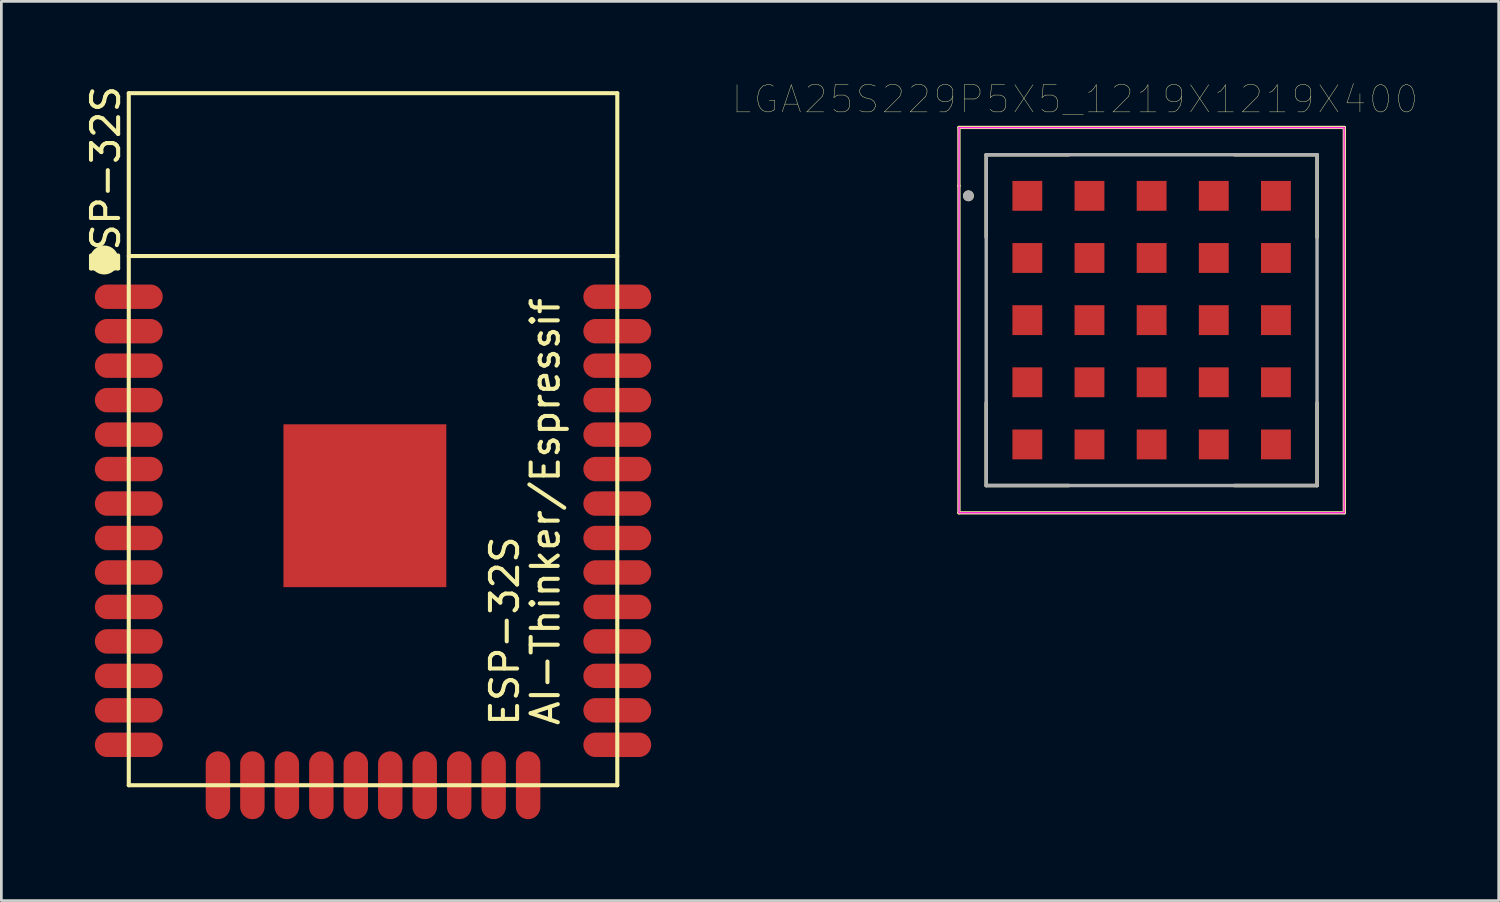
<source format=kicad_pcb>
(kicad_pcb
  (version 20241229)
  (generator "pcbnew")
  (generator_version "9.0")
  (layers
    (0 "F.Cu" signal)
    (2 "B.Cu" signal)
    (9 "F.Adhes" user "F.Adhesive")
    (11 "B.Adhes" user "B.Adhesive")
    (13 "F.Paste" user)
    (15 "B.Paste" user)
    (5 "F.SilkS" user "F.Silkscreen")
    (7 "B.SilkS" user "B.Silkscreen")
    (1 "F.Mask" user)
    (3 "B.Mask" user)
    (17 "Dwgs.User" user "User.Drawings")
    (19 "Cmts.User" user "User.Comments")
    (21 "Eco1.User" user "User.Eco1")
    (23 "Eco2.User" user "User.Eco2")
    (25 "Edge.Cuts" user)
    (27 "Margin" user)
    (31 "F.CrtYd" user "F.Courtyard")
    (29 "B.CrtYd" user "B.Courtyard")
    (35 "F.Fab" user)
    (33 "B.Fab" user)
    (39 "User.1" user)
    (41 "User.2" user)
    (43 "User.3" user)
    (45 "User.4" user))
  (footprint "LGA25S229P5X5_1219X1219X400"
    (layer "F.Cu")
    (at 39.384 8.746)
    (property "Reference" "LGA25S229P5X5_1219X1219X400" (at -2.825 -8.135 0) (layer "F.SilkS") (effects (font (size 1 1) (thickness 0.015))))
    (fp_line (start -7.1 -7.1) (end 7.1 -7.1) (stroke (width 0.12) (type solid)) (layer "F.SilkS"))
    (fp_line (start -7.1 -4.95) (end -7.1 -7.1) (stroke (width 0.12) (type solid)) (layer "F.SilkS"))
    (fp_line (start -7.1 7.1) (end -7.1 -4.95) (stroke (width 0.12) (type solid)) (layer "F.SilkS"))
    (fp_line (start -6.095 -6.095) (end -6.095 -3.05) (stroke (width 0.127) (type solid)) (layer "F.SilkS"))
    (fp_line (start -6.095 -6.095) (end -3.05 -6.095) (stroke (width 0.127) (type solid)) (layer "F.SilkS"))
    (fp_line (start -6.095 3.05) (end -6.095 6.095) (stroke (width 0.127) (type solid)) (layer "F.SilkS"))
    (fp_line (start -3.05 6.095) (end -6.095 6.095) (stroke (width 0.127) (type solid)) (layer "F.SilkS"))
    (fp_line (start 3.05 -6.095) (end 6.095 -6.095) (stroke (width 0.127) (type solid)) (layer "F.SilkS"))
    (fp_line (start 6.095 -3.05) (end 6.095 -6.095) (stroke (width 0.127) (type solid)) (layer "F.SilkS"))
    (fp_line (start 6.095 6.095) (end 3.05 6.095) (stroke (width 0.127) (type solid)) (layer "F.SilkS"))
    (fp_line (start 6.095 6.095) (end 6.095 3.05) (stroke (width 0.127) (type solid)) (layer "F.SilkS"))
    (fp_line (start 7.1 -7.1) (end 7.1 7.1) (stroke (width 0.12) (type solid)) (layer "F.SilkS"))
    (fp_line (start 7.1 7.1) (end -7.1 7.1) (stroke (width 0.12) (type solid)) (layer "F.SilkS"))
    (fp_circle (center -6.75 -4.58) (end -6.65 -4.58) (stroke (width 0.2) (type solid)) (fill no) (layer "F.SilkS"))
    (fp_line (start -7.095 -7.095) (end -7.095 7.095) (stroke (width 0.05) (type solid)) (layer "F.CrtYd"))
    (fp_line (start -7.095 -7.095) (end 7.095 -7.095) (stroke (width 0.05) (type solid)) (layer "F.CrtYd"))
    (fp_line (start 7.095 7.095) (end -7.095 7.095) (stroke (width 0.05) (type solid)) (layer "F.CrtYd"))
    (fp_line (start 7.095 7.095) (end 7.095 -7.095) (stroke (width 0.05) (type solid)) (layer "F.CrtYd"))
    (fp_line (start -6.095 -6.095) (end -6.095 6.095) (stroke (width 0.127) (type solid)) (layer "F.Fab"))
    (fp_line (start -6.095 -6.095) (end 6.095 -6.095) (stroke (width 0.127) (type solid)) (layer "F.Fab"))
    (fp_line (start 6.095 6.095) (end -6.095 6.095) (stroke (width 0.127) (type solid)) (layer "F.Fab"))
    (fp_line (start 6.095 6.095) (end 6.095 -6.095) (stroke (width 0.127) (type solid)) (layer "F.Fab"))
    (fp_circle (center -6.75 -4.58) (end -6.65 -4.58) (stroke (width 0.2) (type solid)) (fill no) (layer "F.Fab"))
    (pad "A1" smd rect (at -4.58 -4.58) (size 1.1 1.1) (layers "F.Cu" "F.Mask" "F.Paste"))
    (pad "A2" smd rect (at -2.29 -4.58) (size 1.1 1.1) (layers "F.Cu" "F.Mask" "F.Paste"))
    (pad "A3" smd rect (at 0 -4.58) (size 1.1 1.1) (layers "F.Cu" "F.Mask" "F.Paste"))
    (pad "A4" smd rect (at 2.29 -4.58) (size 1.1 1.1) (layers "F.Cu" "F.Mask" "F.Paste"))
    (pad "A5" smd rect (at 4.58 -4.58) (size 1.1 1.1) (layers "F.Cu" "F.Mask" "F.Paste"))
    (pad "B1" smd rect (at -4.58 -2.29) (size 1.1 1.1) (layers "F.Cu" "F.Mask" "F.Paste"))
    (pad "B2" smd rect (at -2.29 -2.29) (size 1.1 1.1) (layers "F.Cu" "F.Mask" "F.Paste"))
    (pad "B3" smd rect (at 0 -2.29) (size 1.1 1.1) (layers "F.Cu" "F.Mask" "F.Paste"))
    (pad "B4" smd rect (at 2.29 -2.29) (size 1.1 1.1) (layers "F.Cu" "F.Mask" "F.Paste"))
    (pad "B5" smd rect (at 4.58 -2.29) (size 1.1 1.1) (layers "F.Cu" "F.Mask" "F.Paste"))
    (pad "C1" smd rect (at -4.58 0) (size 1.1 1.1) (layers "F.Cu" "F.Mask" "F.Paste"))
    (pad "C2" smd rect (at -2.29 0) (size 1.1 1.1) (layers "F.Cu" "F.Mask" "F.Paste"))
    (pad "C3" smd rect (at 0 0) (size 1.1 1.1) (layers "F.Cu" "F.Mask" "F.Paste"))
    (pad "C4" smd rect (at 2.29 0) (size 1.1 1.1) (layers "F.Cu" "F.Mask" "F.Paste"))
    (pad "C5" smd rect (at 4.58 0) (size 1.1 1.1) (layers "F.Cu" "F.Mask" "F.Paste"))
    (pad "D1" smd rect (at -4.58 2.29) (size 1.1 1.1) (layers "F.Cu" "F.Mask" "F.Paste"))
    (pad "D2" smd rect (at -2.29 2.29) (size 1.1 1.1) (layers "F.Cu" "F.Mask" "F.Paste"))
    (pad "D3" smd rect (at 0 2.29) (size 1.1 1.1) (layers "F.Cu" "F.Mask" "F.Paste"))
    (pad "D4" smd rect (at 2.29 2.29) (size 1.1 1.1) (layers "F.Cu" "F.Mask" "F.Paste"))
    (pad "D5" smd rect (at 4.58 2.29) (size 1.1 1.1) (layers "F.Cu" "F.Mask" "F.Paste"))
    (pad "E1" smd rect (at -4.58 4.58) (size 1.1 1.1) (layers "F.Cu" "F.Mask" "F.Paste"))
    (pad "E2" smd rect (at -2.29 4.58) (size 1.1 1.1) (layers "F.Cu" "F.Mask" "F.Paste"))
    (pad "E3" smd rect (at 0 4.58) (size 1.1 1.1) (layers "F.Cu" "F.Mask" "F.Paste"))
    (pad "E4" smd rect (at 2.29 4.58) (size 1.1 1.1) (layers "F.Cu" "F.Mask" "F.Paste"))
    (pad "E5" smd rect (at 4.58 4.58) (size 1.1 1.1) (layers "F.Cu" "F.Mask" "F.Paste")))
  (footprint "ESP-32S"
    (layer "F.Cu")
    (at 10.693 13.136)
    (property "Reference" "ESP-32S" (at -9.845 -9.535 270) (layer "F.SilkS") (effects (font (size 1 1) (thickness 0.15))))
    (fp_line (start -8.998 -12.752) (end -8.998 12.748) (stroke (width 0.15) (type solid)) (layer "F.SilkS"))
    (fp_line (start 9.002 -12.752) (end -8.998 -12.752) (stroke (width 0.15) (type solid)) (layer "F.SilkS"))
    (fp_line (start 9.002 -12.752) (end 9.002 12.748) (stroke (width 0.15) (type solid)) (layer "F.SilkS"))
    (fp_line (start 9.002 -6.752) (end -8.998 -6.752) (stroke (width 0.15) (type solid)) (layer "F.SilkS"))
    (fp_line (start 9.002 12.748) (end -8.998 12.748) (stroke (width 0.15) (type solid)) (layer "F.SilkS"))
    (fp_circle (center -9.904 -6.606) (end -10.031 -6.86) (stroke (width 0.5) (type solid)) (fill no) (layer "F.SilkS"))
    (fp_text user "ESP-32S" (at 4.855 7.065 90) (layer "F.SilkS") (effects (font (size 1 1) (thickness 0.15))))
    (fp_text user "AI-Thinker/Espressif" (at 6.355 2.665 90) (layer "F.SilkS") (effects (font (size 1 1) (thickness 0.15))))
    (pad "1" smd oval (at -8.998 -5.252 180) (size 2.5 0.9) (layers "F.Cu" "F.Mask" "F.Paste"))
    (pad "2" smd oval (at -8.998 -3.982 180) (size 2.5 0.9) (layers "F.Cu" "F.Mask" "F.Paste"))
    (pad "3" smd oval (at -8.998 -2.712 180) (size 2.5 0.9) (layers "F.Cu" "F.Mask" "F.Paste"))
    (pad "4" smd oval (at -8.998 -1.442 180) (size 2.5 0.9) (layers "F.Cu" "F.Mask" "F.Paste"))
    (pad "5" smd oval (at -8.998 -0.172 180) (size 2.5 0.9) (layers "F.Cu" "F.Mask" "F.Paste"))
    (pad "6" smd oval (at -8.998 1.098 180) (size 2.5 0.9) (layers "F.Cu" "F.Mask" "F.Paste"))
    (pad "7" smd oval (at -8.998 2.368 180) (size 2.5 0.9) (layers "F.Cu" "F.Mask" "F.Paste"))
    (pad "8" smd oval (at -8.998 3.638 180) (size 2.5 0.9) (layers "F.Cu" "F.Mask" "F.Paste"))
    (pad "9" smd oval (at -8.998 4.908 180) (size 2.5 0.9) (layers "F.Cu" "F.Mask" "F.Paste"))
    (pad "10" smd oval (at -8.998 6.178 180) (size 2.5 0.9) (layers "F.Cu" "F.Mask" "F.Paste"))
    (pad "11" smd oval (at -8.998 7.448 180) (size 2.5 0.9) (layers "F.Cu" "F.Mask" "F.Paste"))
    (pad "12" smd oval (at -8.998 8.718 180) (size 2.5 0.9) (layers "F.Cu" "F.Mask" "F.Paste"))
    (pad "13" smd oval (at -8.998 9.988 180) (size 2.5 0.9) (layers "F.Cu" "F.Mask" "F.Paste"))
    (pad "14" smd oval (at -8.998 11.258 180) (size 2.5 0.9) (layers "F.Cu" "F.Mask" "F.Paste"))
    (pad "15" smd oval (at -5.713 12.748 180) (size 0.9 2.5) (layers "F.Cu" "F.Mask" "F.Paste"))
    (pad "16" smd oval (at -4.443 12.748 180) (size 0.9 2.5) (layers "F.Cu" "F.Mask" "F.Paste"))
    (pad "17" smd oval (at -3.173 12.748 180) (size 0.9 2.5) (layers "F.Cu" "F.Mask" "F.Paste"))
    (pad "18" smd oval (at -1.903 12.748 180) (size 0.9 2.5) (layers "F.Cu" "F.Mask" "F.Paste"))
    (pad "19" smd oval (at -0.633 12.748 180) (size 0.9 2.5) (layers "F.Cu" "F.Mask" "F.Paste"))
    (pad "20" smd oval (at 0.637 12.748 180) (size 0.9 2.5) (layers "F.Cu" "F.Mask" "F.Paste"))
    (pad "21" smd oval (at 1.907 12.748 180) (size 0.9 2.5) (layers "F.Cu" "F.Mask" "F.Paste"))
    (pad "22" smd oval (at 3.177 12.748 180) (size 0.9 2.5) (layers "F.Cu" "F.Mask" "F.Paste"))
    (pad "23" smd oval (at 4.447 12.748 180) (size 0.9 2.5) (layers "F.Cu" "F.Mask" "F.Paste"))
    (pad "24" smd oval (at 5.717 12.748 180) (size 0.9 2.5) (layers "F.Cu" "F.Mask" "F.Paste"))
    (pad "25" smd oval (at 9.002 11.258 180) (size 2.5 0.9) (layers "F.Cu" "F.Mask" "F.Paste"))
    (pad "26" smd oval (at 9.002 9.988 180) (size 2.5 0.9) (layers "F.Cu" "F.Mask" "F.Paste"))
    (pad "27" smd oval (at 9.002 8.718 180) (size 2.5 0.9) (layers "F.Cu" "F.Mask" "F.Paste"))
    (pad "28" smd oval (at 9.002 7.448 180) (size 2.5 0.9) (layers "F.Cu" "F.Mask" "F.Paste"))
    (pad "29" smd oval (at 9.002 6.178 180) (size 2.5 0.9) (layers "F.Cu" "F.Mask" "F.Paste"))
    (pad "30" smd oval (at 9.002 4.908 180) (size 2.5 0.9) (layers "F.Cu" "F.Mask" "F.Paste"))
    (pad "31" smd oval (at 9.002 3.638 180) (size 2.5 0.9) (layers "F.Cu" "F.Mask" "F.Paste"))
    (pad "32" smd oval (at 9.002 2.368 180) (size 2.5 0.9) (layers "F.Cu" "F.Mask" "F.Paste"))
    (pad "33" smd oval (at 9.002 1.098 180) (size 2.5 0.9) (layers "F.Cu" "F.Mask" "F.Paste"))
    (pad "34" smd oval (at 9.002 -0.172 180) (size 2.5 0.9) (layers "F.Cu" "F.Mask" "F.Paste"))
    (pad "35" smd oval (at 9.002 -1.442 180) (size 2.5 0.9) (layers "F.Cu" "F.Mask" "F.Paste"))
    (pad "36" smd oval (at 9.002 -2.712 180) (size 2.5 0.9) (layers "F.Cu" "F.Mask" "F.Paste"))
    (pad "37" smd oval (at 9.002 -3.982 180) (size 2.5 0.9) (layers "F.Cu" "F.Mask" "F.Paste"))
    (pad "38" smd oval (at 9.002 -5.252 180) (size 2.5 0.9) (layers "F.Cu" "F.Mask" "F.Paste"))
    (pad "39" smd rect (at -0.298 2.448 180) (size 6 6) (layers "F.Cu" "F.Mask" "F.Paste"))
    (zone (net_name "") (layers "F.Cu" "B.Cu") (hatch edge 0.508) (connect_pads) (min_thickness 0.254) (filled_areas_thickness no) (keepout (tracks not_allowed) (vias not_allowed) (pads not_allowed) (copperpour allowed) (footprints allowed)) (placement (enabled no)) (fill) (polygon (pts (xy 19.698 0.411) (xy 19.696 6.384) (xy 18.198 6.441) (xy 1.668 6.421) (xy 1.658 0.384)))))
  (gr_rect
    (start -3 -3)
    (end 52.172 30.134)
    (stroke (width 0.1) (type default))
    (fill no)
    (layer "Edge.Cuts")))
</source>
